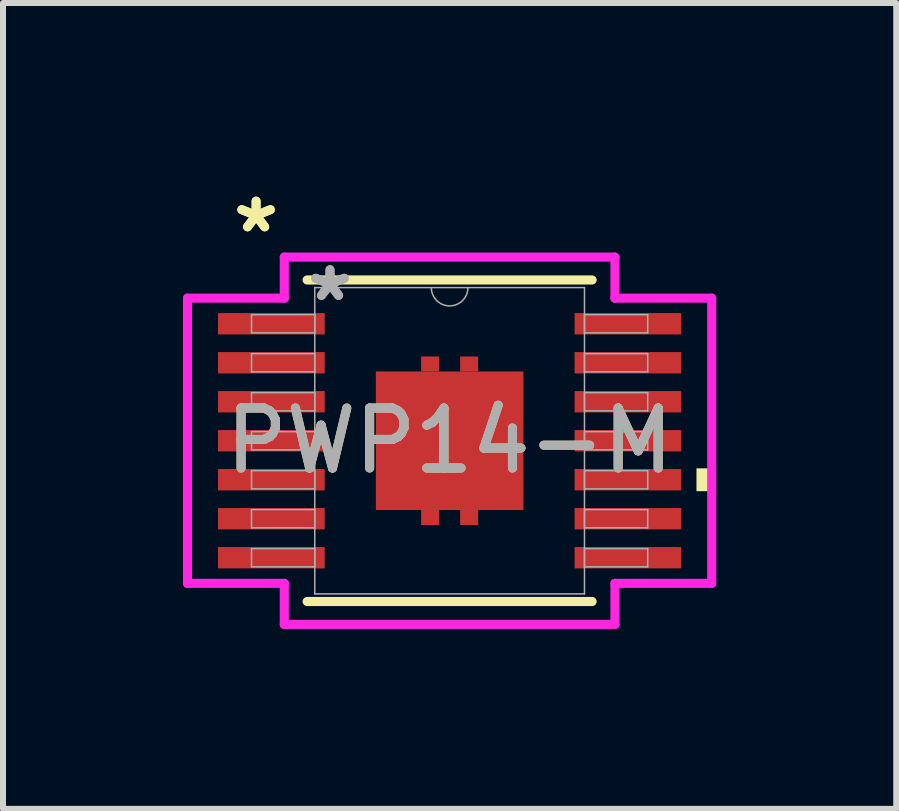
<source format=kicad_pcb>
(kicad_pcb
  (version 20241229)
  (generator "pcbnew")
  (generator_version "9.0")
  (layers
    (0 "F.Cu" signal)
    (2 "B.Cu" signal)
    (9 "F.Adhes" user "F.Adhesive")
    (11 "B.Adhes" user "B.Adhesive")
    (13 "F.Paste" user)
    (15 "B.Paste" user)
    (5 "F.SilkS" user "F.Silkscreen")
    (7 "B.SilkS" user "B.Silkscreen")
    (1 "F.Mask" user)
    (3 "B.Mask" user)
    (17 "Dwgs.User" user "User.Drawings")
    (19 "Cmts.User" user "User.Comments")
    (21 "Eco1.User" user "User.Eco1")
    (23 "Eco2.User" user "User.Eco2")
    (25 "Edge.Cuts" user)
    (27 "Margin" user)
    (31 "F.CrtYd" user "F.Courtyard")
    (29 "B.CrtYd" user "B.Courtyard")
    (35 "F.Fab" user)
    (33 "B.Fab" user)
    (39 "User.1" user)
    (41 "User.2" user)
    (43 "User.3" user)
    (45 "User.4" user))
  (footprint "PWP14-M"
    (layer "F.Cu")
    (at 4.445 4.297)
    (property "Reference" "PWP14-M" (at 0 0 0) (unlocked yes) (layer "F.SilkS") (effects (font (size 1 1) (thickness 0.15))))
    (attr smd)
    (fp_poly (pts (xy -0.175 -1.155) (xy -0.175 -1.405) (xy -0.475 -1.405) (xy -0.475 -1.155)) (stroke (width 0) (type solid)) (fill yes) (layer "F.Cu"))
    (fp_poly (pts (xy -0.175 1.155) (xy -0.175 1.405) (xy -0.475 1.405) (xy -0.475 1.155)) (stroke (width 0) (type solid)) (fill yes) (layer "F.Cu"))
    (fp_poly (pts (xy 0.175 -1.155) (xy 0.175 -1.405) (xy 0.475 -1.405) (xy 0.475 -1.155)) (stroke (width 0) (type solid)) (fill yes) (layer "F.Cu"))
    (fp_poly (pts (xy 0.175 1.155) (xy 0.175 1.405) (xy 0.475 1.405) (xy 0.475 1.155)) (stroke (width 0) (type solid)) (fill yes) (layer "F.Cu"))
    (fp_poly (pts (xy -0.175 -1.155) (xy -0.175 -1.405) (xy -0.475 -1.405) (xy -0.475 -1.155)) (stroke (width 0) (type solid)) (fill yes) (layer "F.Mask"))
    (fp_poly (pts (xy -0.175 1.155) (xy -0.175 1.405) (xy -0.475 1.405) (xy -0.475 1.155)) (stroke (width 0) (type solid)) (fill yes) (layer "F.Mask"))
    (fp_poly (pts (xy 0.175 -1.155) (xy 0.175 -1.405) (xy 0.475 -1.405) (xy 0.475 -1.155)) (stroke (width 0) (type solid)) (fill yes) (layer "F.Mask"))
    (fp_poly (pts (xy 0.175 1.155) (xy 0.175 1.405) (xy 0.475 1.405) (xy 0.475 1.155)) (stroke (width 0) (type solid)) (fill yes) (layer "F.Mask"))
    (fp_line (start -2.375 2.68) (end 2.375 2.68) (stroke (width 0.152) (type solid)) (layer "F.SilkS"))
    (fp_line (start 2.375 -2.68) (end -2.375 -2.68) (stroke (width 0.152) (type solid)) (layer "F.SilkS"))
    (fp_poly (pts (xy 4.369 0.46) (xy 4.369 0.841) (xy 4.115 0.841) (xy 4.115 0.46)) (stroke (width 0) (type solid)) (fill yes) (layer "F.SilkS"))
    (fp_line (start -4.369 -2.377) (end -2.756 -2.377) (stroke (width 0.152) (type solid)) (layer "F.CrtYd"))
    (fp_line (start -4.369 2.377) (end -4.369 -2.377) (stroke (width 0.152) (type solid)) (layer "F.CrtYd"))
    (fp_line (start -4.369 2.377) (end -2.756 2.377) (stroke (width 0.152) (type solid)) (layer "F.CrtYd"))
    (fp_line (start -2.756 -3.061) (end 2.756 -3.061) (stroke (width 0.152) (type solid)) (layer "F.CrtYd"))
    (fp_line (start -2.756 -2.377) (end -2.756 -3.061) (stroke (width 0.152) (type solid)) (layer "F.CrtYd"))
    (fp_line (start -2.756 3.061) (end -2.756 2.377) (stroke (width 0.152) (type solid)) (layer "F.CrtYd"))
    (fp_line (start 2.756 -3.061) (end 2.756 -2.377) (stroke (width 0.152) (type solid)) (layer "F.CrtYd"))
    (fp_line (start 2.756 2.377) (end 2.756 3.061) (stroke (width 0.152) (type solid)) (layer "F.CrtYd"))
    (fp_line (start 2.756 3.061) (end -2.756 3.061) (stroke (width 0.152) (type solid)) (layer "F.CrtYd"))
    (fp_line (start 4.369 -2.377) (end 2.756 -2.377) (stroke (width 0.152) (type solid)) (layer "F.CrtYd"))
    (fp_line (start 4.369 -2.377) (end 4.369 2.377) (stroke (width 0.152) (type solid)) (layer "F.CrtYd"))
    (fp_line (start 4.369 2.377) (end 2.756 2.377) (stroke (width 0.152) (type solid)) (layer "F.CrtYd"))
    (fp_line (start -3.302 -2.102) (end -3.302 -1.798) (stroke (width 0.025) (type solid)) (layer "F.Fab"))
    (fp_line (start -3.302 -1.798) (end -2.248 -1.798) (stroke (width 0.025) (type solid)) (layer "F.Fab"))
    (fp_line (start -3.302 -1.452) (end -3.302 -1.148) (stroke (width 0.025) (type solid)) (layer "F.Fab"))
    (fp_line (start -3.302 -1.148) (end -2.248 -1.148) (stroke (width 0.025) (type solid)) (layer "F.Fab"))
    (fp_line (start -3.302 -0.802) (end -3.302 -0.498) (stroke (width 0.025) (type solid)) (layer "F.Fab"))
    (fp_line (start -3.302 -0.498) (end -2.248 -0.498) (stroke (width 0.025) (type solid)) (layer "F.Fab"))
    (fp_line (start -3.302 -0.152) (end -3.302 0.152) (stroke (width 0.025) (type solid)) (layer "F.Fab"))
    (fp_line (start -3.302 0.152) (end -2.248 0.152) (stroke (width 0.025) (type solid)) (layer "F.Fab"))
    (fp_line (start -3.302 0.498) (end -3.302 0.802) (stroke (width 0.025) (type solid)) (layer "F.Fab"))
    (fp_line (start -3.302 0.802) (end -2.248 0.802) (stroke (width 0.025) (type solid)) (layer "F.Fab"))
    (fp_line (start -3.302 1.148) (end -3.302 1.452) (stroke (width 0.025) (type solid)) (layer "F.Fab"))
    (fp_line (start -3.302 1.452) (end -2.248 1.452) (stroke (width 0.025) (type solid)) (layer "F.Fab"))
    (fp_line (start -3.302 1.798) (end -3.302 2.102) (stroke (width 0.025) (type solid)) (layer "F.Fab"))
    (fp_line (start -3.302 2.102) (end -2.248 2.102) (stroke (width 0.025) (type solid)) (layer "F.Fab"))
    (fp_line (start -2.248 -2.553) (end -2.248 2.553) (stroke (width 0.025) (type solid)) (layer "F.Fab"))
    (fp_line (start -2.248 -2.102) (end -3.302 -2.102) (stroke (width 0.025) (type solid)) (layer "F.Fab"))
    (fp_line (start -2.248 -1.798) (end -2.248 -2.102) (stroke (width 0.025) (type solid)) (layer "F.Fab"))
    (fp_line (start -2.248 -1.452) (end -3.302 -1.452) (stroke (width 0.025) (type solid)) (layer "F.Fab"))
    (fp_line (start -2.248 -1.148) (end -2.248 -1.452) (stroke (width 0.025) (type solid)) (layer "F.Fab"))
    (fp_line (start -2.248 -0.802) (end -3.302 -0.802) (stroke (width 0.025) (type solid)) (layer "F.Fab"))
    (fp_line (start -2.248 -0.498) (end -2.248 -0.802) (stroke (width 0.025) (type solid)) (layer "F.Fab"))
    (fp_line (start -2.248 -0.152) (end -3.302 -0.152) (stroke (width 0.025) (type solid)) (layer "F.Fab"))
    (fp_line (start -2.248 0.152) (end -2.248 -0.152) (stroke (width 0.025) (type solid)) (layer "F.Fab"))
    (fp_line (start -2.248 0.498) (end -3.302 0.498) (stroke (width 0.025) (type solid)) (layer "F.Fab"))
    (fp_line (start -2.248 0.802) (end -2.248 0.498) (stroke (width 0.025) (type solid)) (layer "F.Fab"))
    (fp_line (start -2.248 1.148) (end -3.302 1.148) (stroke (width 0.025) (type solid)) (layer "F.Fab"))
    (fp_line (start -2.248 1.452) (end -2.248 1.148) (stroke (width 0.025) (type solid)) (layer "F.Fab"))
    (fp_line (start -2.248 1.798) (end -3.302 1.798) (stroke (width 0.025) (type solid)) (layer "F.Fab"))
    (fp_line (start -2.248 2.102) (end -2.248 1.798) (stroke (width 0.025) (type solid)) (layer "F.Fab"))
    (fp_line (start -2.248 2.553) (end 2.248 2.553) (stroke (width 0.025) (type solid)) (layer "F.Fab"))
    (fp_line (start 2.248 -2.553) (end -2.248 -2.553) (stroke (width 0.025) (type solid)) (layer "F.Fab"))
    (fp_line (start 2.248 -2.102) (end 2.248 -1.798) (stroke (width 0.025) (type solid)) (layer "F.Fab"))
    (fp_line (start 2.248 -1.798) (end 3.302 -1.798) (stroke (width 0.025) (type solid)) (layer "F.Fab"))
    (fp_line (start 2.248 -1.452) (end 2.248 -1.148) (stroke (width 0.025) (type solid)) (layer "F.Fab"))
    (fp_line (start 2.248 -1.148) (end 3.302 -1.148) (stroke (width 0.025) (type solid)) (layer "F.Fab"))
    (fp_line (start 2.248 -0.802) (end 2.248 -0.498) (stroke (width 0.025) (type solid)) (layer "F.Fab"))
    (fp_line (start 2.248 -0.498) (end 3.302 -0.498) (stroke (width 0.025) (type solid)) (layer "F.Fab"))
    (fp_line (start 2.248 -0.152) (end 2.248 0.152) (stroke (width 0.025) (type solid)) (layer "F.Fab"))
    (fp_line (start 2.248 0.152) (end 3.302 0.152) (stroke (width 0.025) (type solid)) (layer "F.Fab"))
    (fp_line (start 2.248 0.498) (end 2.248 0.802) (stroke (width 0.025) (type solid)) (layer "F.Fab"))
    (fp_line (start 2.248 0.802) (end 3.302 0.802) (stroke (width 0.025) (type solid)) (layer "F.Fab"))
    (fp_line (start 2.248 1.148) (end 2.248 1.452) (stroke (width 0.025) (type solid)) (layer "F.Fab"))
    (fp_line (start 2.248 1.452) (end 3.302 1.452) (stroke (width 0.025) (type solid)) (layer "F.Fab"))
    (fp_line (start 2.248 1.798) (end 2.248 2.102) (stroke (width 0.025) (type solid)) (layer "F.Fab"))
    (fp_line (start 2.248 2.102) (end 3.302 2.102) (stroke (width 0.025) (type solid)) (layer "F.Fab"))
    (fp_line (start 2.248 2.553) (end 2.248 -2.553) (stroke (width 0.025) (type solid)) (layer "F.Fab"))
    (fp_line (start 3.302 -2.102) (end 2.248 -2.102) (stroke (width 0.025) (type solid)) (layer "F.Fab"))
    (fp_line (start 3.302 -1.798) (end 3.302 -2.102) (stroke (width 0.025) (type solid)) (layer "F.Fab"))
    (fp_line (start 3.302 -1.452) (end 2.248 -1.452) (stroke (width 0.025) (type solid)) (layer "F.Fab"))
    (fp_line (start 3.302 -1.148) (end 3.302 -1.452) (stroke (width 0.025) (type solid)) (layer "F.Fab"))
    (fp_line (start 3.302 -0.802) (end 2.248 -0.802) (stroke (width 0.025) (type solid)) (layer "F.Fab"))
    (fp_line (start 3.302 -0.498) (end 3.302 -0.802) (stroke (width 0.025) (type solid)) (layer "F.Fab"))
    (fp_line (start 3.302 -0.152) (end 2.248 -0.152) (stroke (width 0.025) (type solid)) (layer "F.Fab"))
    (fp_line (start 3.302 0.152) (end 3.302 -0.152) (stroke (width 0.025) (type solid)) (layer "F.Fab"))
    (fp_line (start 3.302 0.498) (end 2.248 0.498) (stroke (width 0.025) (type solid)) (layer "F.Fab"))
    (fp_line (start 3.302 0.802) (end 3.302 0.498) (stroke (width 0.025) (type solid)) (layer "F.Fab"))
    (fp_line (start 3.302 1.148) (end 2.248 1.148) (stroke (width 0.025) (type solid)) (layer "F.Fab"))
    (fp_line (start 3.302 1.452) (end 3.302 1.148) (stroke (width 0.025) (type solid)) (layer "F.Fab"))
    (fp_line (start 3.302 1.798) (end 2.248 1.798) (stroke (width 0.025) (type solid)) (layer "F.Fab"))
    (fp_line (start 3.302 2.102) (end 3.302 1.798) (stroke (width 0.025) (type solid)) (layer "F.Fab"))
    (fp_arc (start 0.3048 -2.5527) (mid 0 -2.2479) (end -0.3048 -2.5527) (stroke (width 0.0254) (type solid)) (layer "F.Fab"))
    (fp_text user "*" (at -3.226 -3.449 0) (unlocked yes) (layer "F.SilkS") (effects (font (size 1 1) (thickness 0.15))))
    (fp_text user "*" (at -3.226 -3.449 0) (layer "F.SilkS") (effects (font (size 1 1) (thickness 0.15))))
    (fp_text user "*" (at -1.994 -2.306 0) (layer "F.Fab") (effects (font (size 1 1) (thickness 0.15))))
    (fp_text user "*" (at -1.994 -2.306 0) (unlocked yes) (layer "F.Fab") (effects (font (size 1 1) (thickness 0.15))))
    (fp_text user "${REFERENCE}" (at 0 0 0) (unlocked yes) (layer "F.Fab") (effects (font (size 1 1) (thickness 0.15))))
    (pad "1" smd rect (at -2.972 -1.95) (size 1.778 0.356) (layers "F.Cu" "F.Mask" "F.Paste"))
    (pad "2" smd rect (at -2.972 -1.3) (size 1.778 0.356) (layers "F.Cu" "F.Mask" "F.Paste"))
    (pad "3" smd rect (at -2.972 -0.65) (size 1.778 0.356) (layers "F.Cu" "F.Mask" "F.Paste"))
    (pad "4" smd rect (at -2.972 0) (size 1.778 0.356) (layers "F.Cu" "F.Mask" "F.Paste"))
    (pad "5" smd rect (at -2.972 0.65) (size 1.778 0.356) (layers "F.Cu" "F.Mask" "F.Paste"))
    (pad "6" smd rect (at -2.972 1.3) (size 1.778 0.356) (layers "F.Cu" "F.Mask" "F.Paste"))
    (pad "7" smd rect (at -2.972 1.95) (size 1.778 0.356) (layers "F.Cu" "F.Mask" "F.Paste"))
    (pad "8" smd rect (at 2.972 1.95) (size 1.778 0.356) (layers "F.Cu" "F.Mask" "F.Paste"))
    (pad "9" smd rect (at 2.972 1.3) (size 1.778 0.356) (layers "F.Cu" "F.Mask" "F.Paste"))
    (pad "10" smd rect (at 2.972 0.65) (size 1.778 0.356) (layers "F.Cu" "F.Mask" "F.Paste"))
    (pad "11" smd rect (at 2.972 0) (size 1.778 0.356) (layers "F.Cu" "F.Mask" "F.Paste"))
    (pad "12" smd rect (at 2.972 -0.65) (size 1.778 0.356) (layers "F.Cu" "F.Mask" "F.Paste"))
    (pad "13" smd rect (at 2.972 -1.3) (size 1.778 0.356) (layers "F.Cu" "F.Mask" "F.Paste"))
    (pad "14" smd rect (at 2.972 -1.95) (size 1.778 0.356) (layers "F.Cu" "F.Mask" "F.Paste"))
    (pad "15" smd rect (at 0 0) (size 2.46 2.31) (layers "F.Cu" "F.Mask" "F.Paste")))
  (gr_rect
    (start -3 -3)
    (end 11.89 10.434)
    (stroke (width 0.1) (type default))
    (fill no)
    (layer "Edge.Cuts")))
</source>
